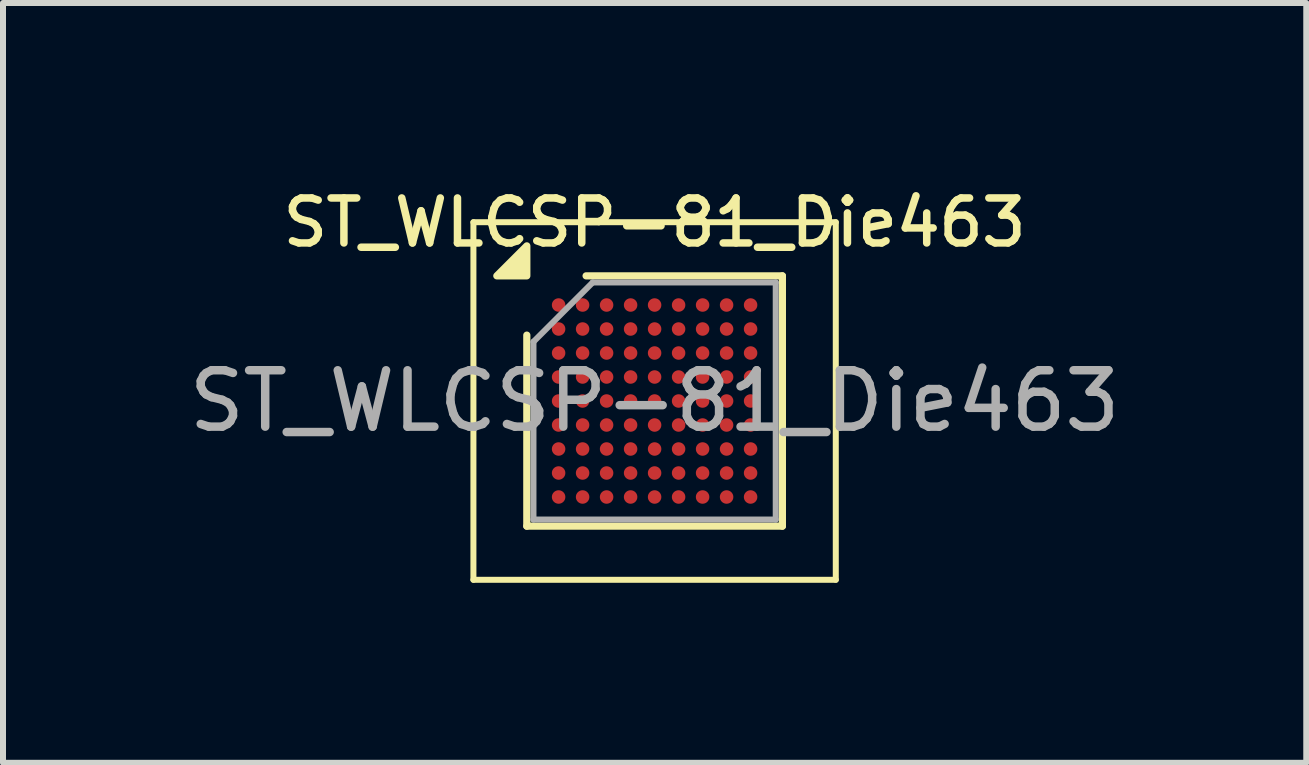
<source format=kicad_pcb>
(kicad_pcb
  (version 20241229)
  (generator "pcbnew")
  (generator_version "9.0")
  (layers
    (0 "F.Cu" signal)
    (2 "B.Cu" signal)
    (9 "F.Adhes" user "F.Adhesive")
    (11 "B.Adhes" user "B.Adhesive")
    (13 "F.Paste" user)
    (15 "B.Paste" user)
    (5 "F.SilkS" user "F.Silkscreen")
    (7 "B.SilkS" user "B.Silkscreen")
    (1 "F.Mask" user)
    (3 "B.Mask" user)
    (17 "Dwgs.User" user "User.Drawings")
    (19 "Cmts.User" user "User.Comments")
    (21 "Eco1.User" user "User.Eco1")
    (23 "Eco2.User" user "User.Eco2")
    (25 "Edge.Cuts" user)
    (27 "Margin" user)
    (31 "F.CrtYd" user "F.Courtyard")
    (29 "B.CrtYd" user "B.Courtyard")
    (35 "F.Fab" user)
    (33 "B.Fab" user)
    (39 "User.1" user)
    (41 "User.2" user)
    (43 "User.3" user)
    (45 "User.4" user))
  (footprint "ST_WLCSP-81_Die463"
    (layer "F.Cu")
    (at 7.861 3.634)
    (property "Reference" "ST_WLCSP-81_Die463" (at 0 -2.975 0) (layer "F.SilkS") (effects (font (size 0.75 0.75) (thickness 0.125))))
    (attr smd)
    (fp_line (start -3.02 -2.98) (end -3.02 2.98) (stroke (width 0.1) (type solid)) (layer "F.SilkS"))
    (fp_line (start -3.02 2.98) (end 3.02 2.98) (stroke (width 0.1) (type solid)) (layer "F.SilkS"))
    (fp_line (start -2.13 2.086) (end -2.13 -1.098) (stroke (width 0.12) (type solid)) (layer "F.SilkS"))
    (fp_line (start -1.142 -2.086) (end 2.13 -2.086) (stroke (width 0.12) (type solid)) (layer "F.SilkS"))
    (fp_line (start 2.13 -2.086) (end 2.13 2.086) (stroke (width 0.12) (type solid)) (layer "F.SilkS"))
    (fp_line (start 2.13 2.086) (end -2.13 2.086) (stroke (width 0.12) (type solid)) (layer "F.SilkS"))
    (fp_line (start 3.02 -2.98) (end -3.02 -2.98) (stroke (width 0.1) (type solid)) (layer "F.SilkS"))
    (fp_line (start 3.02 2.98) (end 3.02 -2.98) (stroke (width 0.1) (type solid)) (layer "F.SilkS"))
    (fp_poly (pts (xy -2.13 -2.086) (xy -2.63 -2.086) (xy -2.13 -2.586) (xy -2.13 -2.086)) (stroke (width 0.12) (type solid)) (fill yes) (layer "F.SilkS"))
    (fp_line (start -2.019 -0.988) (end -1.032 -1.976) (stroke (width 0.1) (type solid)) (layer "F.Fab"))
    (fp_line (start -2.019 1.976) (end -2.019 -0.988) (stroke (width 0.1) (type solid)) (layer "F.Fab"))
    (fp_line (start -1.032 -1.976) (end 2.019 -1.976) (stroke (width 0.1) (type solid)) (layer "F.Fab"))
    (fp_line (start 2.019 -1.976) (end 2.019 1.976) (stroke (width 0.1) (type solid)) (layer "F.Fab"))
    (fp_line (start 2.019 1.976) (end -2.019 1.976) (stroke (width 0.1) (type solid)) (layer "F.Fab"))
    (fp_text user "${REFERENCE}" (at 0 0 0) (layer "F.Fab") (effects (font (size 0.94 0.94) (thickness 0.141))))
    (pad "A1" smd circle (at -1.6 -1.6) (size 0.225 0.225) (property pad_prop_bga) (layers "F.Cu" "F.Mask" "F.Paste"))
    (pad "A2" smd circle (at -1.2 -1.6) (size 0.225 0.225) (property pad_prop_bga) (layers "F.Cu" "F.Mask" "F.Paste"))
    (pad "A3" smd circle (at -0.8 -1.6) (size 0.225 0.225) (property pad_prop_bga) (layers "F.Cu" "F.Mask" "F.Paste"))
    (pad "A4" smd circle (at -0.4 -1.6) (size 0.225 0.225) (property pad_prop_bga) (layers "F.Cu" "F.Mask" "F.Paste"))
    (pad "A5" smd circle (at 0 -1.6) (size 0.225 0.225) (property pad_prop_bga) (layers "F.Cu" "F.Mask" "F.Paste"))
    (pad "A6" smd circle (at 0.4 -1.6) (size 0.225 0.225) (property pad_prop_bga) (layers "F.Cu" "F.Mask" "F.Paste"))
    (pad "A7" smd circle (at 0.8 -1.6) (size 0.225 0.225) (property pad_prop_bga) (layers "F.Cu" "F.Mask" "F.Paste"))
    (pad "A8" smd circle (at 1.2 -1.6) (size 0.225 0.225) (property pad_prop_bga) (layers "F.Cu" "F.Mask" "F.Paste"))
    (pad "A9" smd circle (at 1.6 -1.6) (size 0.225 0.225) (property pad_prop_bga) (layers "F.Cu" "F.Mask" "F.Paste"))
    (pad "B1" smd circle (at -1.6 -1.2) (size 0.225 0.225) (property pad_prop_bga) (layers "F.Cu" "F.Mask" "F.Paste"))
    (pad "B2" smd circle (at -1.2 -1.2) (size 0.225 0.225) (property pad_prop_bga) (layers "F.Cu" "F.Mask" "F.Paste"))
    (pad "B3" smd circle (at -0.8 -1.2) (size 0.225 0.225) (property pad_prop_bga) (layers "F.Cu" "F.Mask" "F.Paste"))
    (pad "B4" smd circle (at -0.4 -1.2) (size 0.225 0.225) (property pad_prop_bga) (layers "F.Cu" "F.Mask" "F.Paste"))
    (pad "B5" smd circle (at 0 -1.2) (size 0.225 0.225) (property pad_prop_bga) (layers "F.Cu" "F.Mask" "F.Paste"))
    (pad "B6" smd circle (at 0.4 -1.2) (size 0.225 0.225) (property pad_prop_bga) (layers "F.Cu" "F.Mask" "F.Paste"))
    (pad "B7" smd circle (at 0.8 -1.2) (size 0.225 0.225) (property pad_prop_bga) (layers "F.Cu" "F.Mask" "F.Paste"))
    (pad "B8" smd circle (at 1.2 -1.2) (size 0.225 0.225) (property pad_prop_bga) (layers "F.Cu" "F.Mask" "F.Paste"))
    (pad "B9" smd circle (at 1.6 -1.2) (size 0.225 0.225) (property pad_prop_bga) (layers "F.Cu" "F.Mask" "F.Paste"))
    (pad "C1" smd circle (at -1.6 -0.8) (size 0.225 0.225) (property pad_prop_bga) (layers "F.Cu" "F.Mask" "F.Paste"))
    (pad "C2" smd circle (at -1.2 -0.8) (size 0.225 0.225) (property pad_prop_bga) (layers "F.Cu" "F.Mask" "F.Paste"))
    (pad "C3" smd circle (at -0.8 -0.8) (size 0.225 0.225) (property pad_prop_bga) (layers "F.Cu" "F.Mask" "F.Paste"))
    (pad "C4" smd circle (at -0.4 -0.8) (size 0.225 0.225) (property pad_prop_bga) (layers "F.Cu" "F.Mask" "F.Paste"))
    (pad "C5" smd circle (at 0 -0.8) (size 0.225 0.225) (property pad_prop_bga) (layers "F.Cu" "F.Mask" "F.Paste"))
    (pad "C6" smd circle (at 0.4 -0.8) (size 0.225 0.225) (property pad_prop_bga) (layers "F.Cu" "F.Mask" "F.Paste"))
    (pad "C7" smd circle (at 0.8 -0.8) (size 0.225 0.225) (property pad_prop_bga) (layers "F.Cu" "F.Mask" "F.Paste"))
    (pad "C8" smd circle (at 1.2 -0.8) (size 0.225 0.225) (property pad_prop_bga) (layers "F.Cu" "F.Mask" "F.Paste"))
    (pad "C9" smd circle (at 1.6 -0.8) (size 0.225 0.225) (property pad_prop_bga) (layers "F.Cu" "F.Mask" "F.Paste"))
    (pad "D1" smd circle (at -1.6 -0.4) (size 0.225 0.225) (property pad_prop_bga) (layers "F.Cu" "F.Mask" "F.Paste"))
    (pad "D2" smd circle (at -1.2 -0.4) (size 0.225 0.225) (property pad_prop_bga) (layers "F.Cu" "F.Mask" "F.Paste"))
    (pad "D3" smd circle (at -0.8 -0.4) (size 0.225 0.225) (property pad_prop_bga) (layers "F.Cu" "F.Mask" "F.Paste"))
    (pad "D4" smd circle (at -0.4 -0.4) (size 0.225 0.225) (property pad_prop_bga) (layers "F.Cu" "F.Mask" "F.Paste"))
    (pad "D5" smd circle (at 0 -0.4) (size 0.225 0.225) (property pad_prop_bga) (layers "F.Cu" "F.Mask" "F.Paste"))
    (pad "D6" smd circle (at 0.4 -0.4) (size 0.225 0.225) (property pad_prop_bga) (layers "F.Cu" "F.Mask" "F.Paste"))
    (pad "D7" smd circle (at 0.8 -0.4) (size 0.225 0.225) (property pad_prop_bga) (layers "F.Cu" "F.Mask" "F.Paste"))
    (pad "D8" smd circle (at 1.2 -0.4) (size 0.225 0.225) (property pad_prop_bga) (layers "F.Cu" "F.Mask" "F.Paste"))
    (pad "D9" smd circle (at 1.6 -0.4) (size 0.225 0.225) (property pad_prop_bga) (layers "F.Cu" "F.Mask" "F.Paste"))
    (pad "E1" smd circle (at -1.6 0) (size 0.225 0.225) (property pad_prop_bga) (layers "F.Cu" "F.Mask" "F.Paste"))
    (pad "E2" smd circle (at -1.2 0) (size 0.225 0.225) (property pad_prop_bga) (layers "F.Cu" "F.Mask" "F.Paste"))
    (pad "E3" smd circle (at -0.8 0) (size 0.225 0.225) (property pad_prop_bga) (layers "F.Cu" "F.Mask" "F.Paste"))
    (pad "E4" smd circle (at -0.4 0) (size 0.225 0.225) (property pad_prop_bga) (layers "F.Cu" "F.Mask" "F.Paste"))
    (pad "E5" smd circle (at 0 0) (size 0.225 0.225) (property pad_prop_bga) (layers "F.Cu" "F.Mask" "F.Paste"))
    (pad "E6" smd circle (at 0.4 0) (size 0.225 0.225) (property pad_prop_bga) (layers "F.Cu" "F.Mask" "F.Paste"))
    (pad "E7" smd circle (at 0.8 0) (size 0.225 0.225) (property pad_prop_bga) (layers "F.Cu" "F.Mask" "F.Paste"))
    (pad "E8" smd circle (at 1.2 0) (size 0.225 0.225) (property pad_prop_bga) (layers "F.Cu" "F.Mask" "F.Paste"))
    (pad "E9" smd circle (at 1.6 0) (size 0.225 0.225) (property pad_prop_bga) (layers "F.Cu" "F.Mask" "F.Paste"))
    (pad "F1" smd circle (at -1.6 0.4) (size 0.225 0.225) (property pad_prop_bga) (layers "F.Cu" "F.Mask" "F.Paste"))
    (pad "F2" smd circle (at -1.2 0.4) (size 0.225 0.225) (property pad_prop_bga) (layers "F.Cu" "F.Mask" "F.Paste"))
    (pad "F3" smd circle (at -0.8 0.4) (size 0.225 0.225) (property pad_prop_bga) (layers "F.Cu" "F.Mask" "F.Paste"))
    (pad "F4" smd circle (at -0.4 0.4) (size 0.225 0.225) (property pad_prop_bga) (layers "F.Cu" "F.Mask" "F.Paste"))
    (pad "F5" smd circle (at 0 0.4) (size 0.225 0.225) (property pad_prop_bga) (layers "F.Cu" "F.Mask" "F.Paste"))
    (pad "F6" smd circle (at 0.4 0.4) (size 0.225 0.225) (property pad_prop_bga) (layers "F.Cu" "F.Mask" "F.Paste"))
    (pad "F7" smd circle (at 0.8 0.4) (size 0.225 0.225) (property pad_prop_bga) (layers "F.Cu" "F.Mask" "F.Paste"))
    (pad "F8" smd circle (at 1.2 0.4) (size 0.225 0.225) (property pad_prop_bga) (layers "F.Cu" "F.Mask" "F.Paste"))
    (pad "F9" smd circle (at 1.6 0.4) (size 0.225 0.225) (property pad_prop_bga) (layers "F.Cu" "F.Mask" "F.Paste"))
    (pad "G1" smd circle (at -1.6 0.8) (size 0.225 0.225) (property pad_prop_bga) (layers "F.Cu" "F.Mask" "F.Paste"))
    (pad "G2" smd circle (at -1.2 0.8) (size 0.225 0.225) (property pad_prop_bga) (layers "F.Cu" "F.Mask" "F.Paste"))
    (pad "G3" smd circle (at -0.8 0.8) (size 0.225 0.225) (property pad_prop_bga) (layers "F.Cu" "F.Mask" "F.Paste"))
    (pad "G4" smd circle (at -0.4 0.8) (size 0.225 0.225) (property pad_prop_bga) (layers "F.Cu" "F.Mask" "F.Paste"))
    (pad "G5" smd circle (at 0 0.8) (size 0.225 0.225) (property pad_prop_bga) (layers "F.Cu" "F.Mask" "F.Paste"))
    (pad "G6" smd circle (at 0.4 0.8) (size 0.225 0.225) (property pad_prop_bga) (layers "F.Cu" "F.Mask" "F.Paste"))
    (pad "G7" smd circle (at 0.8 0.8) (size 0.225 0.225) (property pad_prop_bga) (layers "F.Cu" "F.Mask" "F.Paste"))
    (pad "G8" smd circle (at 1.2 0.8) (size 0.225 0.225) (property pad_prop_bga) (layers "F.Cu" "F.Mask" "F.Paste"))
    (pad "G9" smd circle (at 1.6 0.8) (size 0.225 0.225) (property pad_prop_bga) (layers "F.Cu" "F.Mask" "F.Paste"))
    (pad "H1" smd circle (at -1.6 1.2) (size 0.225 0.225) (property pad_prop_bga) (layers "F.Cu" "F.Mask" "F.Paste"))
    (pad "H2" smd circle (at -1.2 1.2) (size 0.225 0.225) (property pad_prop_bga) (layers "F.Cu" "F.Mask" "F.Paste"))
    (pad "H3" smd circle (at -0.8 1.2) (size 0.225 0.225) (property pad_prop_bga) (layers "F.Cu" "F.Mask" "F.Paste"))
    (pad "H4" smd circle (at -0.4 1.2) (size 0.225 0.225) (property pad_prop_bga) (layers "F.Cu" "F.Mask" "F.Paste"))
    (pad "H5" smd circle (at 0 1.2) (size 0.225 0.225) (property pad_prop_bga) (layers "F.Cu" "F.Mask" "F.Paste"))
    (pad "H6" smd circle (at 0.4 1.2) (size 0.225 0.225) (property pad_prop_bga) (layers "F.Cu" "F.Mask" "F.Paste"))
    (pad "H7" smd circle (at 0.8 1.2) (size 0.225 0.225) (property pad_prop_bga) (layers "F.Cu" "F.Mask" "F.Paste"))
    (pad "H8" smd circle (at 1.2 1.2) (size 0.225 0.225) (property pad_prop_bga) (layers "F.Cu" "F.Mask" "F.Paste"))
    (pad "H9" smd circle (at 1.6 1.2) (size 0.225 0.225) (property pad_prop_bga) (layers "F.Cu" "F.Mask" "F.Paste"))
    (pad "J1" smd circle (at -1.6 1.6) (size 0.225 0.225) (property pad_prop_bga) (layers "F.Cu" "F.Mask" "F.Paste"))
    (pad "J2" smd circle (at -1.2 1.6) (size 0.225 0.225) (property pad_prop_bga) (layers "F.Cu" "F.Mask" "F.Paste"))
    (pad "J3" smd circle (at -0.8 1.6) (size 0.225 0.225) (property pad_prop_bga) (layers "F.Cu" "F.Mask" "F.Paste"))
    (pad "J4" smd circle (at -0.4 1.6) (size 0.225 0.225) (property pad_prop_bga) (layers "F.Cu" "F.Mask" "F.Paste"))
    (pad "J5" smd circle (at 0 1.6) (size 0.225 0.225) (property pad_prop_bga) (layers "F.Cu" "F.Mask" "F.Paste"))
    (pad "J6" smd circle (at 0.4 1.6) (size 0.225 0.225) (property pad_prop_bga) (layers "F.Cu" "F.Mask" "F.Paste"))
    (pad "J7" smd circle (at 0.8 1.6) (size 0.225 0.225) (property pad_prop_bga) (layers "F.Cu" "F.Mask" "F.Paste"))
    (pad "J8" smd circle (at 1.2 1.6) (size 0.225 0.225) (property pad_prop_bga) (layers "F.Cu" "F.Mask" "F.Paste"))
    (pad "J9" smd circle (at 1.6 1.6) (size 0.225 0.225) (property pad_prop_bga) (layers "F.Cu" "F.Mask" "F.Paste")))
  (gr_rect
    (start -3 -3)
    (end 18.723 9.664)
    (stroke (width 0.1) (type default))
    (fill no)
    (layer "Edge.Cuts")))
</source>
